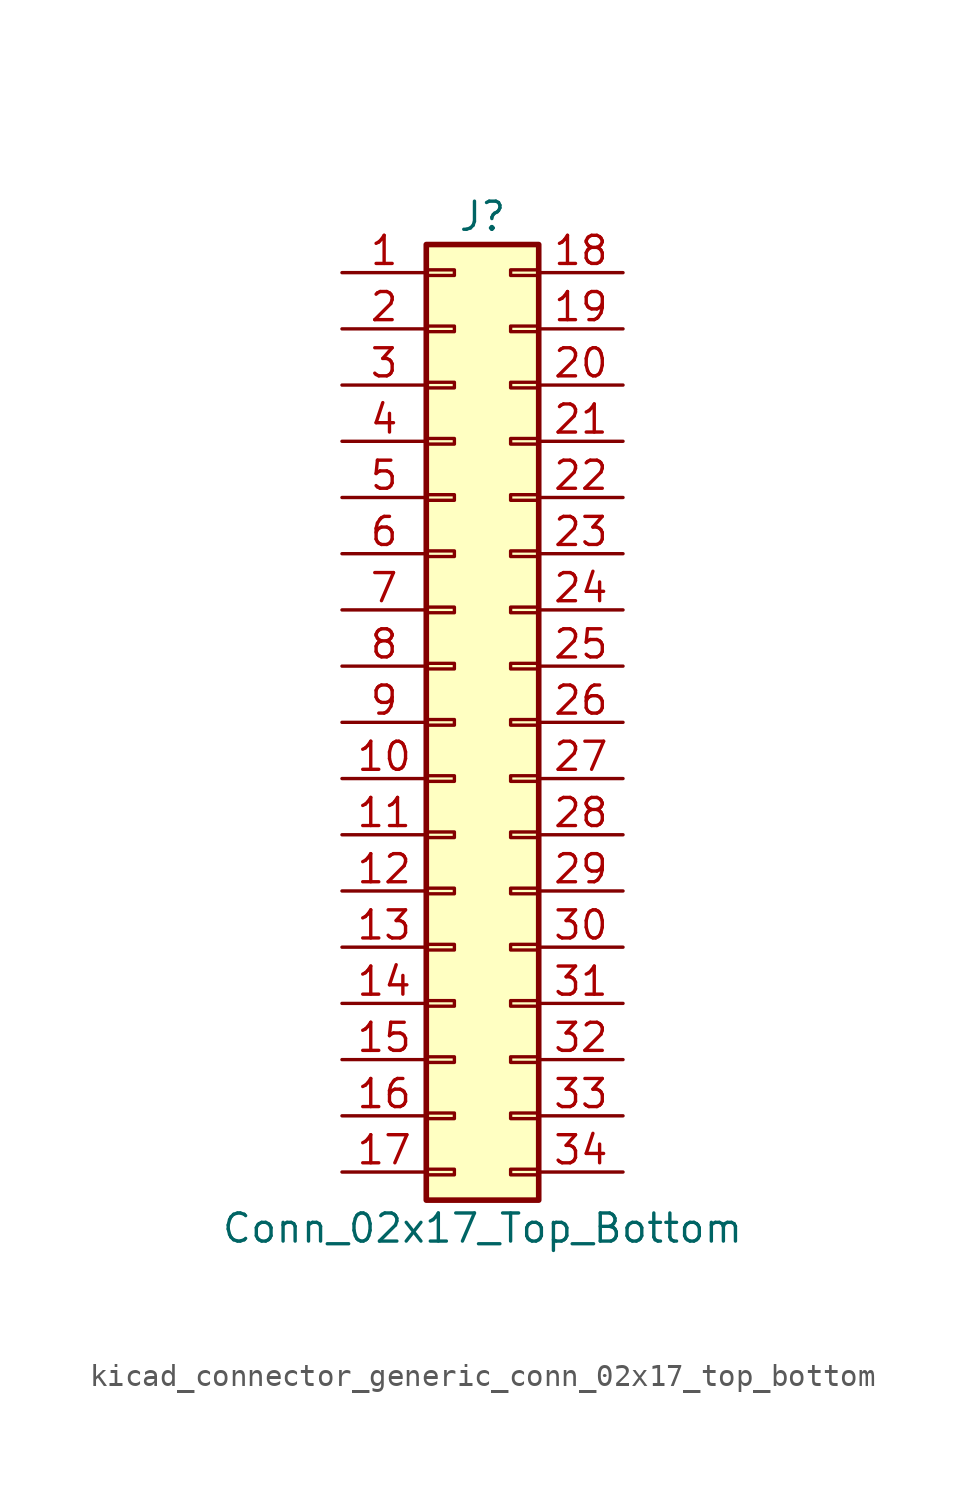
<source format=kicad_sym>
(kicad_symbol_lib
  (version 20220914)
  (generator kicad_symbol_editor)
  (symbol "kicad_connector_generic_conn_02x17_top_bottom"
    (pin_names
      (offset 1.016) hide)
    (property "Reference" "J"
      (at 1.27 22.86 0)
      (effects (font (size 1.27 1.27))))
    (property "Value" "Conn_02x17_Top_Bottom"
      (at 1.27 -22.86 0)
      (effects (font (size 1.27 1.27))))
    (symbol "kicad_connector_generic_conn_02x17_top_bottom_1_1"
      (rectangle (start -1.27 -20.193) (end 0 -20.447) (stroke (width 0.152) (type default)) (fill (type none)))
      (rectangle (start -1.27 -17.653) (end 0 -17.907) (stroke (width 0.152) (type default)) (fill (type none)))
      (rectangle (start -1.27 -15.113) (end 0 -15.367) (stroke (width 0.152) (type default)) (fill (type none)))
      (rectangle (start -1.27 -12.573) (end 0 -12.827) (stroke (width 0.152) (type default)) (fill (type none)))
      (rectangle (start -1.27 -10.033) (end 0 -10.287) (stroke (width 0.152) (type default)) (fill (type none)))
      (rectangle (start -1.27 -7.493) (end 0 -7.747) (stroke (width 0.152) (type default)) (fill (type none)))
      (rectangle (start -1.27 -4.953) (end 0 -5.207) (stroke (width 0.152) (type default)) (fill (type none)))
      (rectangle (start -1.27 -2.413) (end 0 -2.667) (stroke (width 0.152) (type default)) (fill (type none)))
      (rectangle (start -1.27 0.127) (end 0 -0.127) (stroke (width 0.152) (type default)) (fill (type none)))
      (rectangle (start -1.27 2.667) (end 0 2.413) (stroke (width 0.152) (type default)) (fill (type none)))
      (rectangle (start -1.27 5.207) (end 0 4.953) (stroke (width 0.152) (type default)) (fill (type none)))
      (rectangle (start -1.27 7.747) (end 0 7.493) (stroke (width 0.152) (type default)) (fill (type none)))
      (rectangle (start -1.27 10.287) (end 0 10.033) (stroke (width 0.152) (type default)) (fill (type none)))
      (rectangle (start -1.27 12.827) (end 0 12.573) (stroke (width 0.152) (type default)) (fill (type none)))
      (rectangle (start -1.27 15.367) (end 0 15.113) (stroke (width 0.152) (type default)) (fill (type none)))
      (rectangle (start -1.27 17.907) (end 0 17.653) (stroke (width 0.152) (type default)) (fill (type none)))
      (rectangle (start -1.27 20.447) (end 0 20.193) (stroke (width 0.152) (type default)) (fill (type none)))
      (rectangle (start -1.27 21.59) (end 3.81 -21.59) (stroke (width 0.254) (type default)) (fill (type background)))
      (rectangle (start 3.81 -20.193) (end 2.54 -20.447) (stroke (width 0.152) (type default)) (fill (type none)))
      (rectangle (start 3.81 -17.653) (end 2.54 -17.907) (stroke (width 0.152) (type default)) (fill (type none)))
      (rectangle (start 3.81 -15.113) (end 2.54 -15.367) (stroke (width 0.152) (type default)) (fill (type none)))
      (rectangle (start 3.81 -12.573) (end 2.54 -12.827) (stroke (width 0.152) (type default)) (fill (type none)))
      (rectangle (start 3.81 -10.033) (end 2.54 -10.287) (stroke (width 0.152) (type default)) (fill (type none)))
      (rectangle (start 3.81 -7.493) (end 2.54 -7.747) (stroke (width 0.152) (type default)) (fill (type none)))
      (rectangle (start 3.81 -4.953) (end 2.54 -5.207) (stroke (width 0.152) (type default)) (fill (type none)))
      (rectangle (start 3.81 -2.413) (end 2.54 -2.667) (stroke (width 0.152) (type default)) (fill (type none)))
      (rectangle (start 3.81 0.127) (end 2.54 -0.127) (stroke (width 0.152) (type default)) (fill (type none)))
      (rectangle (start 3.81 2.667) (end 2.54 2.413) (stroke (width 0.152) (type default)) (fill (type none)))
      (rectangle (start 3.81 5.207) (end 2.54 4.953) (stroke (width 0.152) (type default)) (fill (type none)))
      (rectangle (start 3.81 7.747) (end 2.54 7.493) (stroke (width 0.152) (type default)) (fill (type none)))
      (rectangle (start 3.81 10.287) (end 2.54 10.033) (stroke (width 0.152) (type default)) (fill (type none)))
      (rectangle (start 3.81 12.827) (end 2.54 12.573) (stroke (width 0.152) (type default)) (fill (type none)))
      (rectangle (start 3.81 15.367) (end 2.54 15.113) (stroke (width 0.152) (type default)) (fill (type none)))
      (rectangle (start 3.81 17.907) (end 2.54 17.653) (stroke (width 0.152) (type default)) (fill (type none)))
      (rectangle (start 3.81 20.447) (end 2.54 20.193) (stroke (width 0.152) (type default)) (fill (type none)))
      (pin passive line (at -5.08 20.32 0) (length 3.81) (name "Pin_1" (effects (font (size 1.27 1.27)))) (number "1" (effects (font (size 1.27 1.27)))))
      (pin passive line (at -5.08 -2.54 0) (length 3.81) (name "Pin_10" (effects (font (size 1.27 1.27)))) (number "10" (effects (font (size 1.27 1.27)))))
      (pin passive line (at -5.08 -5.08 0) (length 3.81) (name "Pin_11" (effects (font (size 1.27 1.27)))) (number "11" (effects (font (size 1.27 1.27)))))
      (pin passive line (at -5.08 -7.62 0) (length 3.81) (name "Pin_12" (effects (font (size 1.27 1.27)))) (number "12" (effects (font (size 1.27 1.27)))))
      (pin passive line (at -5.08 -10.16 0) (length 3.81) (name "Pin_13" (effects (font (size 1.27 1.27)))) (number "13" (effects (font (size 1.27 1.27)))))
      (pin passive line (at -5.08 -12.7 0) (length 3.81) (name "Pin_14" (effects (font (size 1.27 1.27)))) (number "14" (effects (font (size 1.27 1.27)))))
      (pin passive line (at -5.08 -15.24 0) (length 3.81) (name "Pin_15" (effects (font (size 1.27 1.27)))) (number "15" (effects (font (size 1.27 1.27)))))
      (pin passive line (at -5.08 -17.78 0) (length 3.81) (name "Pin_16" (effects (font (size 1.27 1.27)))) (number "16" (effects (font (size 1.27 1.27)))))
      (pin passive line (at -5.08 -20.32 0) (length 3.81) (name "Pin_17" (effects (font (size 1.27 1.27)))) (number "17" (effects (font (size 1.27 1.27)))))
      (pin passive line (at 7.62 20.32 180) (length 3.81) (name "Pin_18" (effects (font (size 1.27 1.27)))) (number "18" (effects (font (size 1.27 1.27)))))
      (pin passive line (at 7.62 17.78 180) (length 3.81) (name "Pin_19" (effects (font (size 1.27 1.27)))) (number "19" (effects (font (size 1.27 1.27)))))
      (pin passive line (at -5.08 17.78 0) (length 3.81) (name "Pin_2" (effects (font (size 1.27 1.27)))) (number "2" (effects (font (size 1.27 1.27)))))
      (pin passive line (at 7.62 15.24 180) (length 3.81) (name "Pin_20" (effects (font (size 1.27 1.27)))) (number "20" (effects (font (size 1.27 1.27)))))
      (pin passive line (at 7.62 12.7 180) (length 3.81) (name "Pin_21" (effects (font (size 1.27 1.27)))) (number "21" (effects (font (size 1.27 1.27)))))
      (pin passive line (at 7.62 10.16 180) (length 3.81) (name "Pin_22" (effects (font (size 1.27 1.27)))) (number "22" (effects (font (size 1.27 1.27)))))
      (pin passive line (at 7.62 7.62 180) (length 3.81) (name "Pin_23" (effects (font (size 1.27 1.27)))) (number "23" (effects (font (size 1.27 1.27)))))
      (pin passive line (at 7.62 5.08 180) (length 3.81) (name "Pin_24" (effects (font (size 1.27 1.27)))) (number "24" (effects (font (size 1.27 1.27)))))
      (pin passive line (at 7.62 2.54 180) (length 3.81) (name "Pin_25" (effects (font (size 1.27 1.27)))) (number "25" (effects (font (size 1.27 1.27)))))
      (pin passive line (at 7.62 0 180) (length 3.81) (name "Pin_26" (effects (font (size 1.27 1.27)))) (number "26" (effects (font (size 1.27 1.27)))))
      (pin passive line (at 7.62 -2.54 180) (length 3.81) (name "Pin_27" (effects (font (size 1.27 1.27)))) (number "27" (effects (font (size 1.27 1.27)))))
      (pin passive line (at 7.62 -5.08 180) (length 3.81) (name "Pin_28" (effects (font (size 1.27 1.27)))) (number "28" (effects (font (size 1.27 1.27)))))
      (pin passive line (at 7.62 -7.62 180) (length 3.81) (name "Pin_29" (effects (font (size 1.27 1.27)))) (number "29" (effects (font (size 1.27 1.27)))))
      (pin passive line (at -5.08 15.24 0) (length 3.81) (name "Pin_3" (effects (font (size 1.27 1.27)))) (number "3" (effects (font (size 1.27 1.27)))))
      (pin passive line (at 7.62 -10.16 180) (length 3.81) (name "Pin_30" (effects (font (size 1.27 1.27)))) (number "30" (effects (font (size 1.27 1.27)))))
      (pin passive line (at 7.62 -12.7 180) (length 3.81) (name "Pin_31" (effects (font (size 1.27 1.27)))) (number "31" (effects (font (size 1.27 1.27)))))
      (pin passive line (at 7.62 -15.24 180) (length 3.81) (name "Pin_32" (effects (font (size 1.27 1.27)))) (number "32" (effects (font (size 1.27 1.27)))))
      (pin passive line (at 7.62 -17.78 180) (length 3.81) (name "Pin_33" (effects (font (size 1.27 1.27)))) (number "33" (effects (font (size 1.27 1.27)))))
      (pin passive line (at 7.62 -20.32 180) (length 3.81) (name "Pin_34" (effects (font (size 1.27 1.27)))) (number "34" (effects (font (size 1.27 1.27)))))
      (pin passive line (at -5.08 12.7 0) (length 3.81) (name "Pin_4" (effects (font (size 1.27 1.27)))) (number "4" (effects (font (size 1.27 1.27)))))
      (pin passive line (at -5.08 10.16 0) (length 3.81) (name "Pin_5" (effects (font (size 1.27 1.27)))) (number "5" (effects (font (size 1.27 1.27)))))
      (pin passive line (at -5.08 7.62 0) (length 3.81) (name "Pin_6" (effects (font (size 1.27 1.27)))) (number "6" (effects (font (size 1.27 1.27)))))
      (pin passive line (at -5.08 5.08 0) (length 3.81) (name "Pin_7" (effects (font (size 1.27 1.27)))) (number "7" (effects (font (size 1.27 1.27)))))
      (pin passive line (at -5.08 2.54 0) (length 3.81) (name "Pin_8" (effects (font (size 1.27 1.27)))) (number "8" (effects (font (size 1.27 1.27)))))
      (pin passive line (at -5.08 0 0) (length 3.81) (name "Pin_9" (effects (font (size 1.27 1.27)))) (number "9" (effects (font (size 1.27 1.27))))))))
</source>
